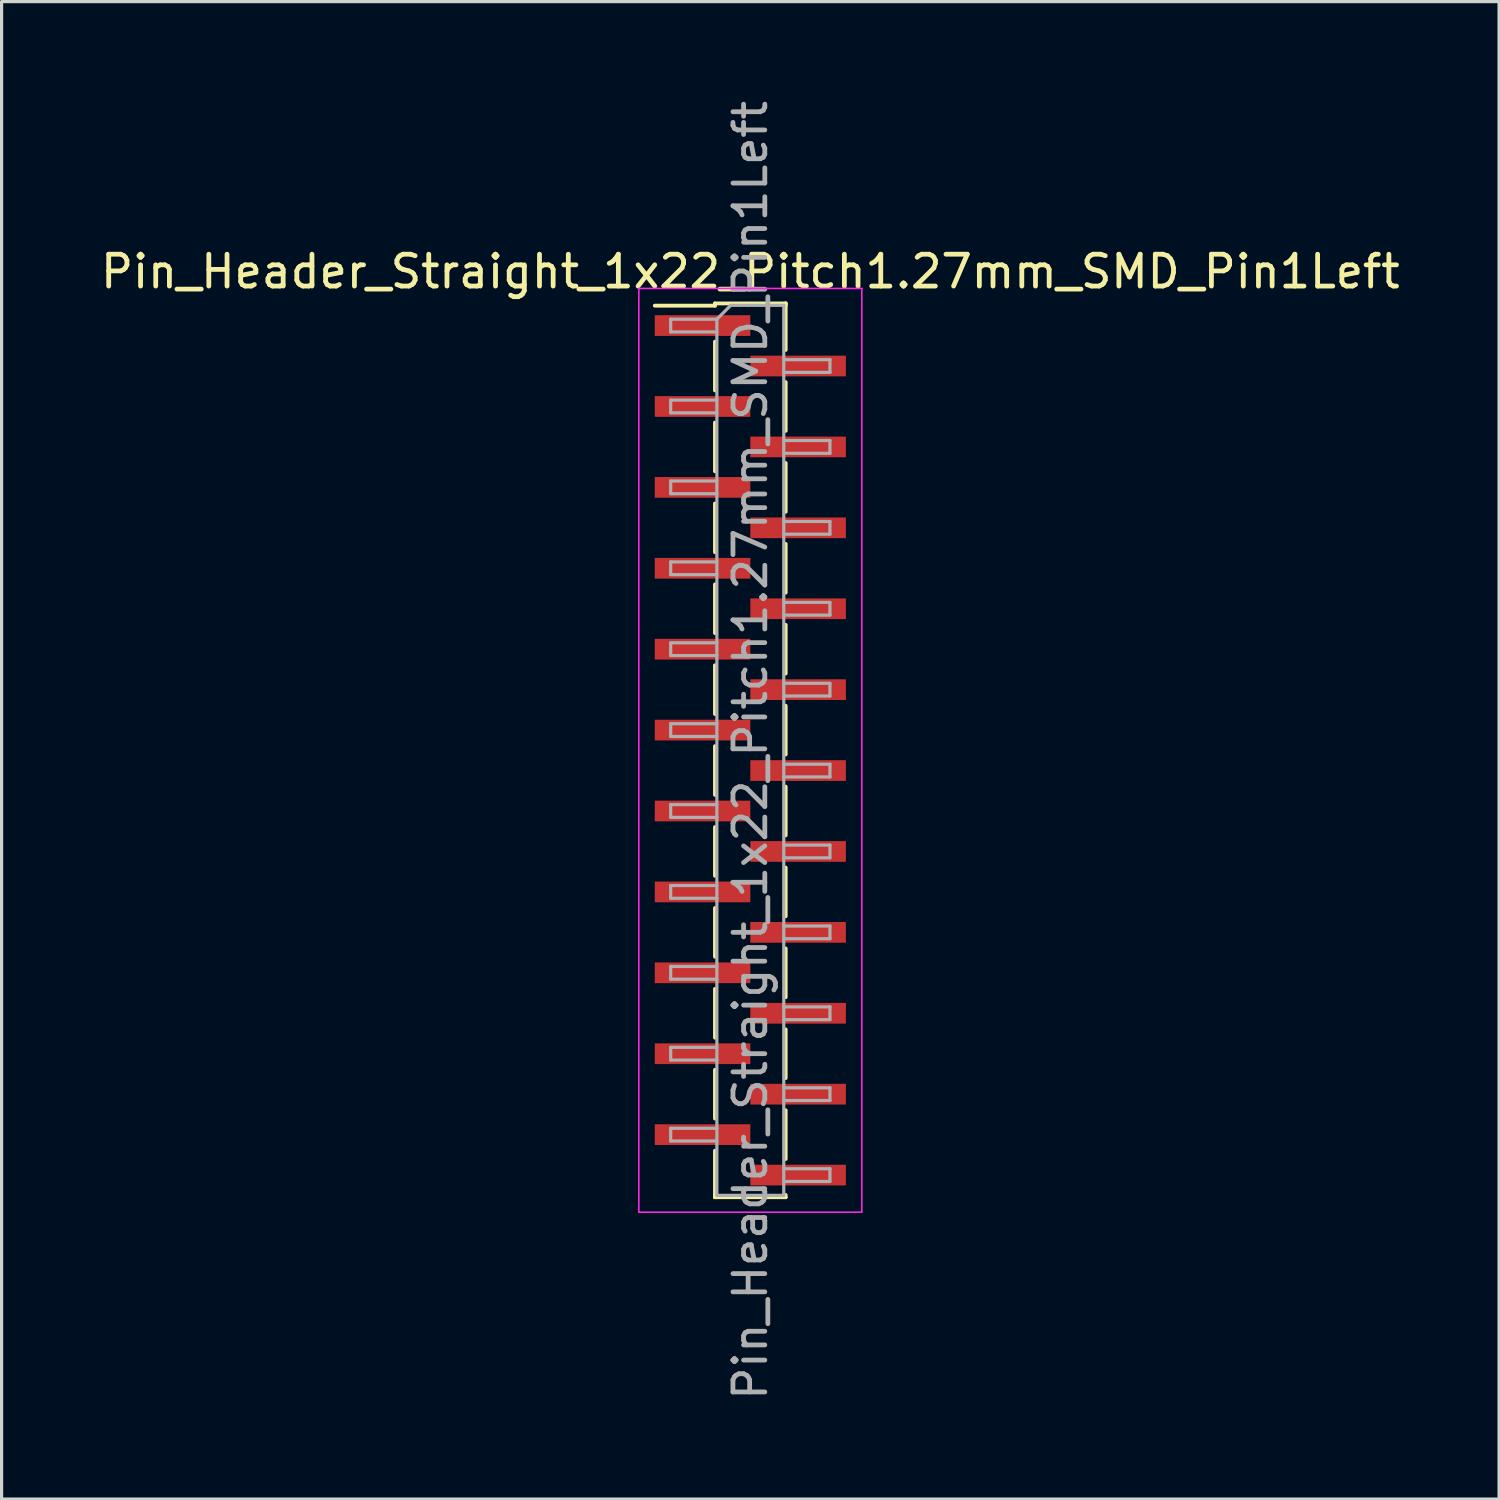
<source format=kicad_pcb>
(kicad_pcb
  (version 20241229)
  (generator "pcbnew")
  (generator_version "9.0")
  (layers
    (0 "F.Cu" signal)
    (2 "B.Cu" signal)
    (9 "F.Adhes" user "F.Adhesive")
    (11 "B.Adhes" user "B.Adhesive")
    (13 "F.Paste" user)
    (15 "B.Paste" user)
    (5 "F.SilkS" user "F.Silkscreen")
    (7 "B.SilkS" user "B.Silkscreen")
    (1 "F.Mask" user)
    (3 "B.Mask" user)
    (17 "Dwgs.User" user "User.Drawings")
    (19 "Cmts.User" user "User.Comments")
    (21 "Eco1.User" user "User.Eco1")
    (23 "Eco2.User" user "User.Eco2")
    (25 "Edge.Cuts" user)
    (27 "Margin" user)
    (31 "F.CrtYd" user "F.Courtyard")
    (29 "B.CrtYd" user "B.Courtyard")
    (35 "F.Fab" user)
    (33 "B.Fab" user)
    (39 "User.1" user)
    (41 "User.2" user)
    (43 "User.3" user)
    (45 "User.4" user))
  (footprint "Pin_Header_Straight_1x22_Pitch1.27mm_SMD_Pin1Left"
    (layer "F.Cu")
    (at 20.506 20.506)
    (property "Reference" "Pin_Header_Straight_1x22_Pitch1.27mm_SMD_Pin1Left" (at 0 -15.03 0) (layer "F.SilkS") (effects (font (size 1 1) (thickness 0.15))))
    (attr smd)
    (fp_line (start -1.11 -14.03) (end 1.11 -14.03) (stroke (width 0.12) (type solid)) (layer "F.SilkS"))
    (fp_line (start -1.11 -13.96) (end -3 -13.96) (stroke (width 0.12) (type solid)) (layer "F.SilkS"))
    (fp_line (start -1.11 -13.96) (end -1.11 -14.03) (stroke (width 0.12) (type solid)) (layer "F.SilkS"))
    (fp_line (start -1.11 -12.83) (end -1.11 -11.3) (stroke (width 0.12) (type solid)) (layer "F.SilkS"))
    (fp_line (start -1.11 -10.29) (end -1.11 -8.76) (stroke (width 0.12) (type solid)) (layer "F.SilkS"))
    (fp_line (start -1.11 -7.75) (end -1.11 -6.22) (stroke (width 0.12) (type solid)) (layer "F.SilkS"))
    (fp_line (start -1.11 -5.21) (end -1.11 -3.68) (stroke (width 0.12) (type solid)) (layer "F.SilkS"))
    (fp_line (start -1.11 -2.67) (end -1.11 -1.14) (stroke (width 0.12) (type solid)) (layer "F.SilkS"))
    (fp_line (start -1.11 -0.13) (end -1.11 1.4) (stroke (width 0.12) (type solid)) (layer "F.SilkS"))
    (fp_line (start -1.11 2.41) (end -1.11 3.94) (stroke (width 0.12) (type solid)) (layer "F.SilkS"))
    (fp_line (start -1.11 4.95) (end -1.11 6.48) (stroke (width 0.12) (type solid)) (layer "F.SilkS"))
    (fp_line (start -1.11 7.49) (end -1.11 9.02) (stroke (width 0.12) (type solid)) (layer "F.SilkS"))
    (fp_line (start -1.11 10.03) (end -1.11 11.56) (stroke (width 0.12) (type solid)) (layer "F.SilkS"))
    (fp_line (start -1.11 12.57) (end -1.11 14.03) (stroke (width 0.12) (type solid)) (layer "F.SilkS"))
    (fp_line (start -1.11 13.96) (end -1.11 14.03) (stroke (width 0.12) (type solid)) (layer "F.SilkS"))
    (fp_line (start -1.11 14.03) (end 1.11 14.03) (stroke (width 0.12) (type solid)) (layer "F.SilkS"))
    (fp_line (start 1.11 -14.03) (end 1.11 -13.96) (stroke (width 0.12) (type solid)) (layer "F.SilkS"))
    (fp_line (start 1.11 -14.03) (end 1.11 -12.57) (stroke (width 0.12) (type solid)) (layer "F.SilkS"))
    (fp_line (start 1.11 -11.56) (end 1.11 -10.03) (stroke (width 0.12) (type solid)) (layer "F.SilkS"))
    (fp_line (start 1.11 -9.02) (end 1.11 -7.49) (stroke (width 0.12) (type solid)) (layer "F.SilkS"))
    (fp_line (start 1.11 -6.48) (end 1.11 -4.95) (stroke (width 0.12) (type solid)) (layer "F.SilkS"))
    (fp_line (start 1.11 -3.94) (end 1.11 -2.41) (stroke (width 0.12) (type solid)) (layer "F.SilkS"))
    (fp_line (start 1.11 -1.4) (end 1.11 0.13) (stroke (width 0.12) (type solid)) (layer "F.SilkS"))
    (fp_line (start 1.11 1.14) (end 1.11 2.67) (stroke (width 0.12) (type solid)) (layer "F.SilkS"))
    (fp_line (start 1.11 3.68) (end 1.11 5.21) (stroke (width 0.12) (type solid)) (layer "F.SilkS"))
    (fp_line (start 1.11 6.22) (end 1.11 7.75) (stroke (width 0.12) (type solid)) (layer "F.SilkS"))
    (fp_line (start 1.11 8.76) (end 1.11 10.29) (stroke (width 0.12) (type solid)) (layer "F.SilkS"))
    (fp_line (start 1.11 11.3) (end 1.11 12.83) (stroke (width 0.12) (type solid)) (layer "F.SilkS"))
    (fp_line (start 1.11 14.03) (end 1.11 13.96) (stroke (width 0.12) (type solid)) (layer "F.SilkS"))
    (fp_line (start -3.5 -14.5) (end -3.5 14.5) (stroke (width 0.05) (type solid)) (layer "F.CrtYd"))
    (fp_line (start -3.5 14.5) (end 3.5 14.5) (stroke (width 0.05) (type solid)) (layer "F.CrtYd"))
    (fp_line (start 3.5 -14.5) (end -3.5 -14.5) (stroke (width 0.05) (type solid)) (layer "F.CrtYd"))
    (fp_line (start 3.5 14.5) (end 3.5 -14.5) (stroke (width 0.05) (type solid)) (layer "F.CrtYd"))
    (fp_line (start -2.5 -13.535) (end -2.5 -13.135) (stroke (width 0.1) (type solid)) (layer "F.Fab"))
    (fp_line (start -2.5 -13.135) (end -1.05 -13.135) (stroke (width 0.1) (type solid)) (layer "F.Fab"))
    (fp_line (start -2.5 -10.995) (end -2.5 -10.595) (stroke (width 0.1) (type solid)) (layer "F.Fab"))
    (fp_line (start -2.5 -10.595) (end -1.05 -10.595) (stroke (width 0.1) (type solid)) (layer "F.Fab"))
    (fp_line (start -2.5 -8.455) (end -2.5 -8.055) (stroke (width 0.1) (type solid)) (layer "F.Fab"))
    (fp_line (start -2.5 -8.055) (end -1.05 -8.055) (stroke (width 0.1) (type solid)) (layer "F.Fab"))
    (fp_line (start -2.5 -5.915) (end -2.5 -5.515) (stroke (width 0.1) (type solid)) (layer "F.Fab"))
    (fp_line (start -2.5 -5.515) (end -1.05 -5.515) (stroke (width 0.1) (type solid)) (layer "F.Fab"))
    (fp_line (start -2.5 -3.375) (end -2.5 -2.975) (stroke (width 0.1) (type solid)) (layer "F.Fab"))
    (fp_line (start -2.5 -2.975) (end -1.05 -2.975) (stroke (width 0.1) (type solid)) (layer "F.Fab"))
    (fp_line (start -2.5 -0.835) (end -2.5 -0.435) (stroke (width 0.1) (type solid)) (layer "F.Fab"))
    (fp_line (start -2.5 -0.435) (end -1.05 -0.435) (stroke (width 0.1) (type solid)) (layer "F.Fab"))
    (fp_line (start -2.5 1.705) (end -2.5 2.105) (stroke (width 0.1) (type solid)) (layer "F.Fab"))
    (fp_line (start -2.5 2.105) (end -1.05 2.105) (stroke (width 0.1) (type solid)) (layer "F.Fab"))
    (fp_line (start -2.5 4.245) (end -2.5 4.645) (stroke (width 0.1) (type solid)) (layer "F.Fab"))
    (fp_line (start -2.5 4.645) (end -1.05 4.645) (stroke (width 0.1) (type solid)) (layer "F.Fab"))
    (fp_line (start -2.5 6.785) (end -2.5 7.185) (stroke (width 0.1) (type solid)) (layer "F.Fab"))
    (fp_line (start -2.5 7.185) (end -1.05 7.185) (stroke (width 0.1) (type solid)) (layer "F.Fab"))
    (fp_line (start -2.5 9.325) (end -2.5 9.725) (stroke (width 0.1) (type solid)) (layer "F.Fab"))
    (fp_line (start -2.5 9.725) (end -1.05 9.725) (stroke (width 0.1) (type solid)) (layer "F.Fab"))
    (fp_line (start -2.5 11.865) (end -2.5 12.265) (stroke (width 0.1) (type solid)) (layer "F.Fab"))
    (fp_line (start -2.5 12.265) (end -1.05 12.265) (stroke (width 0.1) (type solid)) (layer "F.Fab"))
    (fp_line (start -1.05 -13.535) (end -2.5 -13.535) (stroke (width 0.1) (type solid)) (layer "F.Fab"))
    (fp_line (start -1.05 -13.535) (end -0.615 -13.97) (stroke (width 0.1) (type solid)) (layer "F.Fab"))
    (fp_line (start -1.05 -10.995) (end -2.5 -10.995) (stroke (width 0.1) (type solid)) (layer "F.Fab"))
    (fp_line (start -1.05 -8.455) (end -2.5 -8.455) (stroke (width 0.1) (type solid)) (layer "F.Fab"))
    (fp_line (start -1.05 -5.915) (end -2.5 -5.915) (stroke (width 0.1) (type solid)) (layer "F.Fab"))
    (fp_line (start -1.05 -3.375) (end -2.5 -3.375) (stroke (width 0.1) (type solid)) (layer "F.Fab"))
    (fp_line (start -1.05 -0.835) (end -2.5 -0.835) (stroke (width 0.1) (type solid)) (layer "F.Fab"))
    (fp_line (start -1.05 1.705) (end -2.5 1.705) (stroke (width 0.1) (type solid)) (layer "F.Fab"))
    (fp_line (start -1.05 4.245) (end -2.5 4.245) (stroke (width 0.1) (type solid)) (layer "F.Fab"))
    (fp_line (start -1.05 6.785) (end -2.5 6.785) (stroke (width 0.1) (type solid)) (layer "F.Fab"))
    (fp_line (start -1.05 9.325) (end -2.5 9.325) (stroke (width 0.1) (type solid)) (layer "F.Fab"))
    (fp_line (start -1.05 11.865) (end -2.5 11.865) (stroke (width 0.1) (type solid)) (layer "F.Fab"))
    (fp_line (start -1.05 13.97) (end -1.05 -13.535) (stroke (width 0.1) (type solid)) (layer "F.Fab"))
    (fp_line (start -0.615 -13.97) (end 1.05 -13.97) (stroke (width 0.1) (type solid)) (layer "F.Fab"))
    (fp_line (start 1.05 -13.97) (end 1.05 13.97) (stroke (width 0.1) (type solid)) (layer "F.Fab"))
    (fp_line (start 1.05 -12.265) (end 2.5 -12.265) (stroke (width 0.1) (type solid)) (layer "F.Fab"))
    (fp_line (start 1.05 -9.725) (end 2.5 -9.725) (stroke (width 0.1) (type solid)) (layer "F.Fab"))
    (fp_line (start 1.05 -7.185) (end 2.5 -7.185) (stroke (width 0.1) (type solid)) (layer "F.Fab"))
    (fp_line (start 1.05 -4.645) (end 2.5 -4.645) (stroke (width 0.1) (type solid)) (layer "F.Fab"))
    (fp_line (start 1.05 -2.105) (end 2.5 -2.105) (stroke (width 0.1) (type solid)) (layer "F.Fab"))
    (fp_line (start 1.05 0.435) (end 2.5 0.435) (stroke (width 0.1) (type solid)) (layer "F.Fab"))
    (fp_line (start 1.05 2.975) (end 2.5 2.975) (stroke (width 0.1) (type solid)) (layer "F.Fab"))
    (fp_line (start 1.05 5.515) (end 2.5 5.515) (stroke (width 0.1) (type solid)) (layer "F.Fab"))
    (fp_line (start 1.05 8.055) (end 2.5 8.055) (stroke (width 0.1) (type solid)) (layer "F.Fab"))
    (fp_line (start 1.05 10.595) (end 2.5 10.595) (stroke (width 0.1) (type solid)) (layer "F.Fab"))
    (fp_line (start 1.05 13.135) (end 2.5 13.135) (stroke (width 0.1) (type solid)) (layer "F.Fab"))
    (fp_line (start 1.05 13.97) (end -1.05 13.97) (stroke (width 0.1) (type solid)) (layer "F.Fab"))
    (fp_line (start 2.5 -12.265) (end 2.5 -11.865) (stroke (width 0.1) (type solid)) (layer "F.Fab"))
    (fp_line (start 2.5 -11.865) (end 1.05 -11.865) (stroke (width 0.1) (type solid)) (layer "F.Fab"))
    (fp_line (start 2.5 -9.725) (end 2.5 -9.325) (stroke (width 0.1) (type solid)) (layer "F.Fab"))
    (fp_line (start 2.5 -9.325) (end 1.05 -9.325) (stroke (width 0.1) (type solid)) (layer "F.Fab"))
    (fp_line (start 2.5 -7.185) (end 2.5 -6.785) (stroke (width 0.1) (type solid)) (layer "F.Fab"))
    (fp_line (start 2.5 -6.785) (end 1.05 -6.785) (stroke (width 0.1) (type solid)) (layer "F.Fab"))
    (fp_line (start 2.5 -4.645) (end 2.5 -4.245) (stroke (width 0.1) (type solid)) (layer "F.Fab"))
    (fp_line (start 2.5 -4.245) (end 1.05 -4.245) (stroke (width 0.1) (type solid)) (layer "F.Fab"))
    (fp_line (start 2.5 -2.105) (end 2.5 -1.705) (stroke (width 0.1) (type solid)) (layer "F.Fab"))
    (fp_line (start 2.5 -1.705) (end 1.05 -1.705) (stroke (width 0.1) (type solid)) (layer "F.Fab"))
    (fp_line (start 2.5 0.435) (end 2.5 0.835) (stroke (width 0.1) (type solid)) (layer "F.Fab"))
    (fp_line (start 2.5 0.835) (end 1.05 0.835) (stroke (width 0.1) (type solid)) (layer "F.Fab"))
    (fp_line (start 2.5 2.975) (end 2.5 3.375) (stroke (width 0.1) (type solid)) (layer "F.Fab"))
    (fp_line (start 2.5 3.375) (end 1.05 3.375) (stroke (width 0.1) (type solid)) (layer "F.Fab"))
    (fp_line (start 2.5 5.515) (end 2.5 5.915) (stroke (width 0.1) (type solid)) (layer "F.Fab"))
    (fp_line (start 2.5 5.915) (end 1.05 5.915) (stroke (width 0.1) (type solid)) (layer "F.Fab"))
    (fp_line (start 2.5 8.055) (end 2.5 8.455) (stroke (width 0.1) (type solid)) (layer "F.Fab"))
    (fp_line (start 2.5 8.455) (end 1.05 8.455) (stroke (width 0.1) (type solid)) (layer "F.Fab"))
    (fp_line (start 2.5 10.595) (end 2.5 10.995) (stroke (width 0.1) (type solid)) (layer "F.Fab"))
    (fp_line (start 2.5 10.995) (end 1.05 10.995) (stroke (width 0.1) (type solid)) (layer "F.Fab"))
    (fp_line (start 2.5 13.135) (end 2.5 13.535) (stroke (width 0.1) (type solid)) (layer "F.Fab"))
    (fp_line (start 2.5 13.535) (end 1.05 13.535) (stroke (width 0.1) (type solid)) (layer "F.Fab"))
    (fp_text user "${REFERENCE}" (at 0 0 90) (layer "F.Fab") (effects (font (size 1 1) (thickness 0.15))))
    (pad "1" smd rect (at -1.5 -13.335) (size 3 0.65) (layers "F.Cu" "F.Mask" "F.Paste"))
    (pad "2" smd rect (at 1.5 -12.065) (size 3 0.65) (layers "F.Cu" "F.Mask" "F.Paste"))
    (pad "3" smd rect (at -1.5 -10.795) (size 3 0.65) (layers "F.Cu" "F.Mask" "F.Paste"))
    (pad "4" smd rect (at 1.5 -9.525) (size 3 0.65) (layers "F.Cu" "F.Mask" "F.Paste"))
    (pad "5" smd rect (at -1.5 -8.255) (size 3 0.65) (layers "F.Cu" "F.Mask" "F.Paste"))
    (pad "6" smd rect (at 1.5 -6.985) (size 3 0.65) (layers "F.Cu" "F.Mask" "F.Paste"))
    (pad "7" smd rect (at -1.5 -5.715) (size 3 0.65) (layers "F.Cu" "F.Mask" "F.Paste"))
    (pad "8" smd rect (at 1.5 -4.445) (size 3 0.65) (layers "F.Cu" "F.Mask" "F.Paste"))
    (pad "9" smd rect (at -1.5 -3.175) (size 3 0.65) (layers "F.Cu" "F.Mask" "F.Paste"))
    (pad "10" smd rect (at 1.5 -1.905) (size 3 0.65) (layers "F.Cu" "F.Mask" "F.Paste"))
    (pad "11" smd rect (at -1.5 -0.635) (size 3 0.65) (layers "F.Cu" "F.Mask" "F.Paste"))
    (pad "12" smd rect (at 1.5 0.635) (size 3 0.65) (layers "F.Cu" "F.Mask" "F.Paste"))
    (pad "13" smd rect (at -1.5 1.905) (size 3 0.65) (layers "F.Cu" "F.Mask" "F.Paste"))
    (pad "14" smd rect (at 1.5 3.175) (size 3 0.65) (layers "F.Cu" "F.Mask" "F.Paste"))
    (pad "15" smd rect (at -1.5 4.445) (size 3 0.65) (layers "F.Cu" "F.Mask" "F.Paste"))
    (pad "16" smd rect (at 1.5 5.715) (size 3 0.65) (layers "F.Cu" "F.Mask" "F.Paste"))
    (pad "17" smd rect (at -1.5 6.985) (size 3 0.65) (layers "F.Cu" "F.Mask" "F.Paste"))
    (pad "18" smd rect (at 1.5 8.255) (size 3 0.65) (layers "F.Cu" "F.Mask" "F.Paste"))
    (pad "19" smd rect (at -1.5 9.525) (size 3 0.65) (layers "F.Cu" "F.Mask" "F.Paste"))
    (pad "20" smd rect (at 1.5 10.795) (size 3 0.65) (layers "F.Cu" "F.Mask" "F.Paste"))
    (pad "21" smd rect (at -1.5 12.065) (size 3 0.65) (layers "F.Cu" "F.Mask" "F.Paste"))
    (pad "22" smd rect (at 1.5 13.335) (size 3 0.65) (layers "F.Cu" "F.Mask" "F.Paste")))
  (gr_rect
    (start -3 -3)
    (end 44.012 44.012)
    (stroke (width 0.1) (type default))
    (fill no)
    (layer "Edge.Cuts")))
</source>
